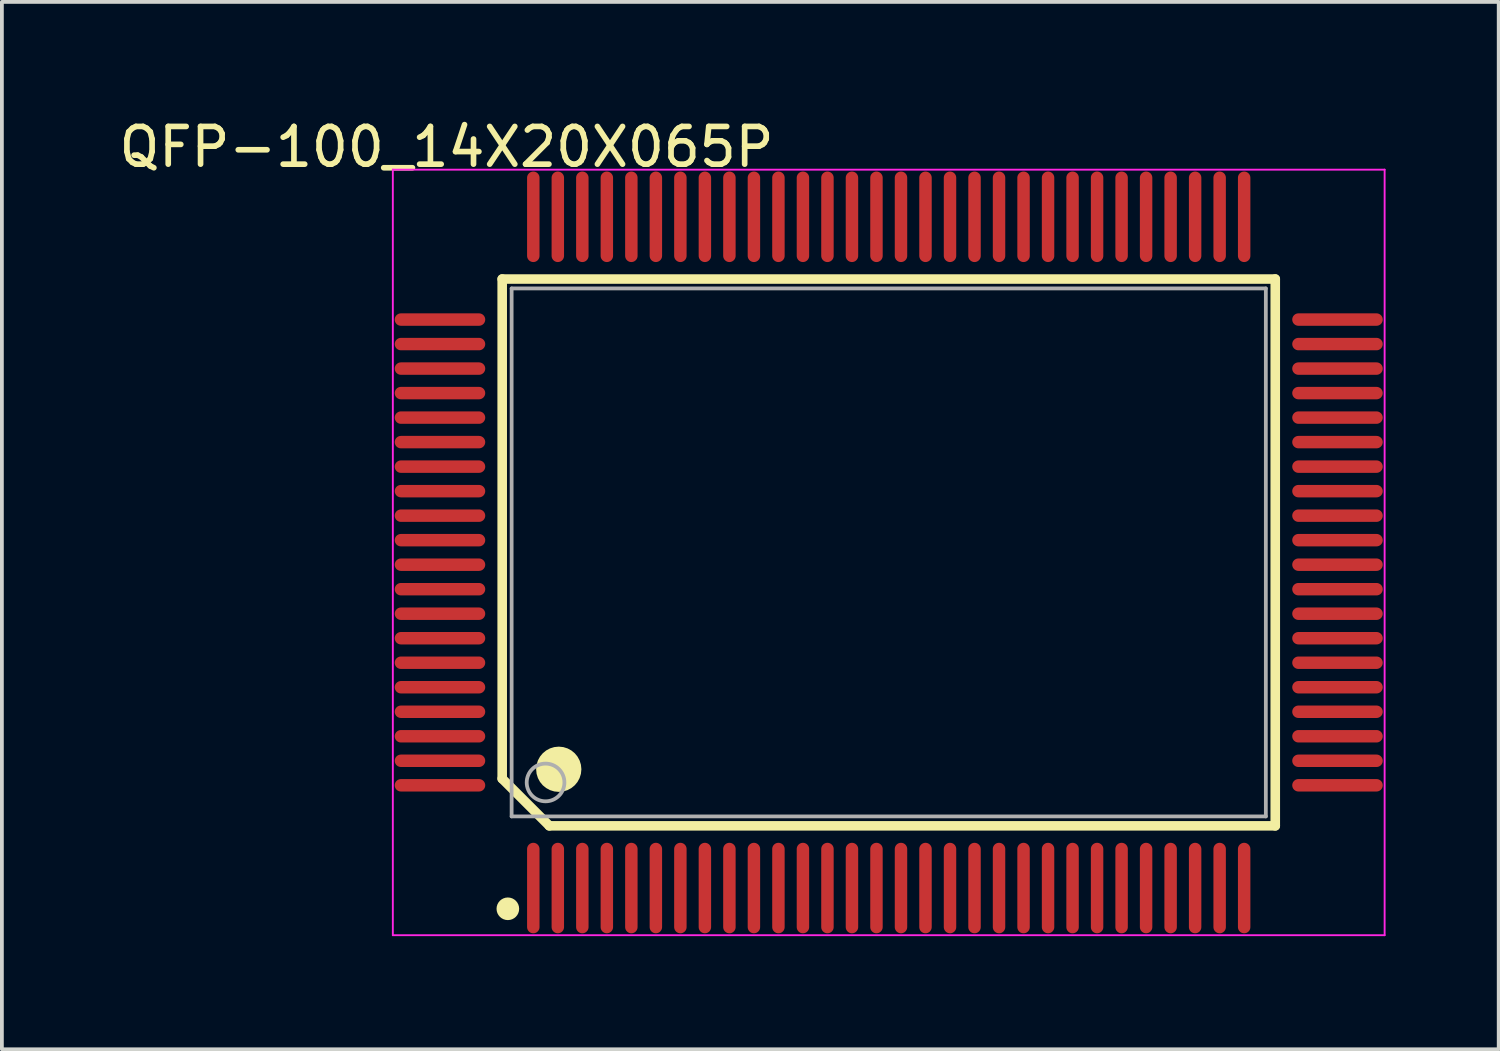
<source format=kicad_pcb>
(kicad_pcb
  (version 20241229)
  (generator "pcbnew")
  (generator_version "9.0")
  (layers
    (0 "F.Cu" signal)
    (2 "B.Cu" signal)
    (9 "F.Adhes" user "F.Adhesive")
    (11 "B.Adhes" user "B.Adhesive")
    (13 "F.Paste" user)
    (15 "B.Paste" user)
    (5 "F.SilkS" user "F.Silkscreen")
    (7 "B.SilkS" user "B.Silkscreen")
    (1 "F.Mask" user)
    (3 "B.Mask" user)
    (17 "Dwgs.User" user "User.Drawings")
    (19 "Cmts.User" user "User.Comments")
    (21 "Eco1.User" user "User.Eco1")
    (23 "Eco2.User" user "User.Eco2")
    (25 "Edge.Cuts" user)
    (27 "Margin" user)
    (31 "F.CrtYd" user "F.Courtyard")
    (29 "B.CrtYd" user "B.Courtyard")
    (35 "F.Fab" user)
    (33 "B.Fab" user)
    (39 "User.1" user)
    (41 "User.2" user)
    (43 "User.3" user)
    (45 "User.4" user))
  (footprint "QFP-100_14X20X065P"
    (layer "F.Cu")
    (at 20.517 11.599)
    (property "Reference" "QFP-100_14X20X065P" (at -11.725 -10.751 0) (layer "F.SilkS") (effects (font (size 1 1) (thickness 0.15))))
    (attr through_hole)
    (fp_line (start -10.25 -7.25) (end 10.25 -7.25) (stroke (width 0.254) (type solid)) (layer "F.SilkS"))
    (fp_line (start -10.25 6) (end -10.25 -7.25) (stroke (width 0.254) (type solid)) (layer "F.SilkS"))
    (fp_line (start -10.25 6) (end -9 7.25) (stroke (width 0.254) (type solid)) (layer "F.SilkS"))
    (fp_line (start -9 7.25) (end 10.25 7.25) (stroke (width 0.254) (type solid)) (layer "F.SilkS"))
    (fp_line (start 10.25 7.25) (end 10.25 -7.25) (stroke (width 0.254) (type solid)) (layer "F.SilkS"))
    (fp_circle (center -10.1 9.45) (end -9.95 9.45) (stroke (width 0.3) (type solid)) (fill no) (layer "F.SilkS"))
    (fp_circle (center -8.75 5.75) (end -8.45 5.75) (stroke (width 0.6) (type solid)) (fill no) (layer "F.SilkS"))
    (fp_line (start -13.15 -10.15) (end 13.15 -10.15) (stroke (width 0.05) (type solid)) (layer "F.CrtYd"))
    (fp_line (start -13.15 10.15) (end -13.15 -10.15) (stroke (width 0.05) (type solid)) (layer "F.CrtYd"))
    (fp_line (start 13.15 -10.15) (end 13.15 10.15) (stroke (width 0.05) (type solid)) (layer "F.CrtYd"))
    (fp_line (start 13.15 10.15) (end -13.15 10.15) (stroke (width 0.05) (type solid)) (layer "F.CrtYd"))
    (fp_line (start -10 -7) (end 10 -7) (stroke (width 0.1) (type solid)) (layer "F.Fab"))
    (fp_line (start -10 7) (end -10 -7) (stroke (width 0.1) (type solid)) (layer "F.Fab"))
    (fp_line (start -10 7) (end 10 7) (stroke (width 0.1) (type solid)) (layer "F.Fab"))
    (fp_line (start 10 7) (end 10 -7) (stroke (width 0.1) (type solid)) (layer "F.Fab"))
    (fp_circle (center -9.1 6.1) (end -8.6 6.1) (stroke (width 0.1) (type solid)) (fill no) (layer "F.Fab"))
    (pad "1" smd oval (at -9.425 8.9 180) (size 0.33 2.4) (layers "F.Cu" "F.Mask" "F.Paste"))
    (pad "2" smd oval (at -8.775 8.9 180) (size 0.33 2.4) (layers "F.Cu" "F.Mask" "F.Paste"))
    (pad "3" smd oval (at -8.125 8.9 180) (size 0.33 2.4) (layers "F.Cu" "F.Mask" "F.Paste"))
    (pad "4" smd oval (at -7.475 8.9 180) (size 0.33 2.4) (layers "F.Cu" "F.Mask" "F.Paste"))
    (pad "5" smd oval (at -6.825 8.9 180) (size 0.33 2.4) (layers "F.Cu" "F.Mask" "F.Paste"))
    (pad "6" smd oval (at -6.175 8.9 180) (size 0.33 2.4) (layers "F.Cu" "F.Mask" "F.Paste"))
    (pad "7" smd oval (at -5.525 8.9 180) (size 0.33 2.4) (layers "F.Cu" "F.Mask" "F.Paste"))
    (pad "8" smd oval (at -4.875 8.9 180) (size 0.33 2.4) (layers "F.Cu" "F.Mask" "F.Paste"))
    (pad "9" smd oval (at -4.225 8.9 180) (size 0.33 2.4) (layers "F.Cu" "F.Mask" "F.Paste"))
    (pad "10" smd oval (at -3.575 8.9 180) (size 0.33 2.4) (layers "F.Cu" "F.Mask" "F.Paste"))
    (pad "11" smd oval (at -2.925 8.9 180) (size 0.33 2.4) (layers "F.Cu" "F.Mask" "F.Paste"))
    (pad "12" smd oval (at -2.275 8.9 180) (size 0.33 2.4) (layers "F.Cu" "F.Mask" "F.Paste"))
    (pad "13" smd oval (at -1.625 8.9 180) (size 0.33 2.4) (layers "F.Cu" "F.Mask" "F.Paste"))
    (pad "14" smd oval (at -0.975 8.9 180) (size 0.33 2.4) (layers "F.Cu" "F.Mask" "F.Paste"))
    (pad "15" smd oval (at -0.325 8.9 180) (size 0.33 2.4) (layers "F.Cu" "F.Mask" "F.Paste"))
    (pad "16" smd oval (at 0.325 8.9 180) (size 0.33 2.4) (layers "F.Cu" "F.Mask" "F.Paste"))
    (pad "17" smd oval (at 0.975 8.9 180) (size 0.33 2.4) (layers "F.Cu" "F.Mask" "F.Paste"))
    (pad "18" smd oval (at 1.625 8.9 180) (size 0.33 2.4) (layers "F.Cu" "F.Mask" "F.Paste"))
    (pad "19" smd oval (at 2.275 8.9 180) (size 0.33 2.4) (layers "F.Cu" "F.Mask" "F.Paste"))
    (pad "20" smd oval (at 2.925 8.9 180) (size 0.33 2.4) (layers "F.Cu" "F.Mask" "F.Paste"))
    (pad "21" smd oval (at 3.575 8.9 180) (size 0.33 2.4) (layers "F.Cu" "F.Mask" "F.Paste"))
    (pad "22" smd oval (at 4.225 8.9 180) (size 0.33 2.4) (layers "F.Cu" "F.Mask" "F.Paste"))
    (pad "23" smd oval (at 4.875 8.9 180) (size 0.33 2.4) (layers "F.Cu" "F.Mask" "F.Paste"))
    (pad "24" smd oval (at 5.525 8.9 180) (size 0.33 2.4) (layers "F.Cu" "F.Mask" "F.Paste"))
    (pad "25" smd oval (at 6.175 8.9 180) (size 0.33 2.4) (layers "F.Cu" "F.Mask" "F.Paste"))
    (pad "26" smd oval (at 6.825 8.9 180) (size 0.33 2.4) (layers "F.Cu" "F.Mask" "F.Paste"))
    (pad "27" smd oval (at 7.475 8.9 180) (size 0.33 2.4) (layers "F.Cu" "F.Mask" "F.Paste"))
    (pad "28" smd oval (at 8.125 8.9 180) (size 0.33 2.4) (layers "F.Cu" "F.Mask" "F.Paste"))
    (pad "29" smd oval (at 8.775 8.9 180) (size 0.33 2.4) (layers "F.Cu" "F.Mask" "F.Paste"))
    (pad "30" smd oval (at 9.425 8.9 180) (size 0.33 2.4) (layers "F.Cu" "F.Mask" "F.Paste"))
    (pad "31" smd oval (at 11.9 6.175 270) (size 0.33 2.4) (layers "F.Cu" "F.Mask" "F.Paste"))
    (pad "32" smd oval (at 11.9 5.525 270) (size 0.33 2.4) (layers "F.Cu" "F.Mask" "F.Paste"))
    (pad "33" smd oval (at 11.9 4.875 270) (size 0.33 2.4) (layers "F.Cu" "F.Mask" "F.Paste"))
    (pad "34" smd oval (at 11.9 4.225 270) (size 0.33 2.4) (layers "F.Cu" "F.Mask" "F.Paste"))
    (pad "35" smd oval (at 11.9 3.575 270) (size 0.33 2.4) (layers "F.Cu" "F.Mask" "F.Paste"))
    (pad "36" smd oval (at 11.9 2.925 270) (size 0.33 2.4) (layers "F.Cu" "F.Mask" "F.Paste"))
    (pad "37" smd oval (at 11.9 2.275 270) (size 0.33 2.4) (layers "F.Cu" "F.Mask" "F.Paste"))
    (pad "38" smd oval (at 11.9 1.625 270) (size 0.33 2.4) (layers "F.Cu" "F.Mask" "F.Paste"))
    (pad "39" smd oval (at 11.9 0.975 270) (size 0.33 2.4) (layers "F.Cu" "F.Mask" "F.Paste"))
    (pad "40" smd oval (at 11.9 0.325 270) (size 0.33 2.4) (layers "F.Cu" "F.Mask" "F.Paste"))
    (pad "41" smd oval (at 11.9 -0.325 270) (size 0.33 2.4) (layers "F.Cu" "F.Mask" "F.Paste"))
    (pad "42" smd oval (at 11.9 -0.975 270) (size 0.33 2.4) (layers "F.Cu" "F.Mask" "F.Paste"))
    (pad "43" smd oval (at 11.9 -1.625 270) (size 0.33 2.4) (layers "F.Cu" "F.Mask" "F.Paste"))
    (pad "44" smd oval (at 11.9 -2.275 270) (size 0.33 2.4) (layers "F.Cu" "F.Mask" "F.Paste"))
    (pad "45" smd oval (at 11.9 -2.925 270) (size 0.33 2.4) (layers "F.Cu" "F.Mask" "F.Paste"))
    (pad "46" smd oval (at 11.9 -3.575 270) (size 0.33 2.4) (layers "F.Cu" "F.Mask" "F.Paste"))
    (pad "47" smd oval (at 11.9 -4.225 270) (size 0.33 2.4) (layers "F.Cu" "F.Mask" "F.Paste"))
    (pad "48" smd oval (at 11.9 -4.875 270) (size 0.33 2.4) (layers "F.Cu" "F.Mask" "F.Paste"))
    (pad "49" smd oval (at 11.9 -5.525 270) (size 0.33 2.4) (layers "F.Cu" "F.Mask" "F.Paste"))
    (pad "50" smd oval (at 11.9 -6.175 270) (size 0.33 2.4) (layers "F.Cu" "F.Mask" "F.Paste"))
    (pad "51" smd oval (at 9.425 -8.9) (size 0.33 2.4) (layers "F.Cu" "F.Mask" "F.Paste"))
    (pad "52" smd oval (at 8.775 -8.9) (size 0.33 2.4) (layers "F.Cu" "F.Mask" "F.Paste"))
    (pad "53" smd oval (at 8.125 -8.9) (size 0.33 2.4) (layers "F.Cu" "F.Mask" "F.Paste"))
    (pad "54" smd oval (at 7.475 -8.9) (size 0.33 2.4) (layers "F.Cu" "F.Mask" "F.Paste"))
    (pad "55" smd oval (at 6.825 -8.9) (size 0.33 2.4) (layers "F.Cu" "F.Mask" "F.Paste"))
    (pad "56" smd oval (at 6.175 -8.9) (size 0.33 2.4) (layers "F.Cu" "F.Mask" "F.Paste"))
    (pad "57" smd oval (at 5.525 -8.9) (size 0.33 2.4) (layers "F.Cu" "F.Mask" "F.Paste"))
    (pad "58" smd oval (at 4.875 -8.9) (size 0.33 2.4) (layers "F.Cu" "F.Mask" "F.Paste"))
    (pad "59" smd oval (at 4.225 -8.9) (size 0.33 2.4) (layers "F.Cu" "F.Mask" "F.Paste"))
    (pad "60" smd oval (at 3.575 -8.9) (size 0.33 2.4) (layers "F.Cu" "F.Mask" "F.Paste"))
    (pad "61" smd oval (at 2.925 -8.9) (size 0.33 2.4) (layers "F.Cu" "F.Mask" "F.Paste"))
    (pad "62" smd oval (at 2.275 -8.9) (size 0.33 2.4) (layers "F.Cu" "F.Mask" "F.Paste"))
    (pad "63" smd oval (at 1.625 -8.9) (size 0.33 2.4) (layers "F.Cu" "F.Mask" "F.Paste"))
    (pad "64" smd oval (at 0.975 -8.9) (size 0.33 2.4) (layers "F.Cu" "F.Mask" "F.Paste"))
    (pad "65" smd oval (at 0.325 -8.9) (size 0.33 2.4) (layers "F.Cu" "F.Mask" "F.Paste"))
    (pad "66" smd oval (at -0.325 -8.9) (size 0.33 2.4) (layers "F.Cu" "F.Mask" "F.Paste"))
    (pad "67" smd oval (at -0.975 -8.9) (size 0.33 2.4) (layers "F.Cu" "F.Mask" "F.Paste"))
    (pad "68" smd oval (at -1.625 -8.9) (size 0.33 2.4) (layers "F.Cu" "F.Mask" "F.Paste"))
    (pad "69" smd oval (at -2.275 -8.9) (size 0.33 2.4) (layers "F.Cu" "F.Mask" "F.Paste"))
    (pad "70" smd oval (at -2.925 -8.9) (size 0.33 2.4) (layers "F.Cu" "F.Mask" "F.Paste"))
    (pad "71" smd oval (at -3.575 -8.9) (size 0.33 2.4) (layers "F.Cu" "F.Mask" "F.Paste"))
    (pad "72" smd oval (at -4.225 -8.9) (size 0.33 2.4) (layers "F.Cu" "F.Mask" "F.Paste"))
    (pad "73" smd oval (at -4.875 -8.9) (size 0.33 2.4) (layers "F.Cu" "F.Mask" "F.Paste"))
    (pad "74" smd oval (at -5.525 -8.9) (size 0.33 2.4) (layers "F.Cu" "F.Mask" "F.Paste"))
    (pad "75" smd oval (at -6.175 -8.9) (size 0.33 2.4) (layers "F.Cu" "F.Mask" "F.Paste"))
    (pad "76" smd oval (at -6.825 -8.9) (size 0.33 2.4) (layers "F.Cu" "F.Mask" "F.Paste"))
    (pad "77" smd oval (at -7.475 -8.9) (size 0.33 2.4) (layers "F.Cu" "F.Mask" "F.Paste"))
    (pad "78" smd oval (at -8.125 -8.9) (size 0.33 2.4) (layers "F.Cu" "F.Mask" "F.Paste"))
    (pad "79" smd oval (at -8.775 -8.9) (size 0.33 2.4) (layers "F.Cu" "F.Mask" "F.Paste"))
    (pad "80" smd oval (at -9.425 -8.9) (size 0.33 2.4) (layers "F.Cu" "F.Mask" "F.Paste"))
    (pad "81" smd oval (at -11.9 -6.175 90) (size 0.33 2.4) (layers "F.Cu" "F.Mask" "F.Paste"))
    (pad "82" smd oval (at -11.9 -5.525 90) (size 0.33 2.4) (layers "F.Cu" "F.Mask" "F.Paste"))
    (pad "83" smd oval (at -11.9 -4.875 90) (size 0.33 2.4) (layers "F.Cu" "F.Mask" "F.Paste"))
    (pad "84" smd oval (at -11.9 -4.225 90) (size 0.33 2.4) (layers "F.Cu" "F.Mask" "F.Paste"))
    (pad "85" smd oval (at -11.9 -3.575 90) (size 0.33 2.4) (layers "F.Cu" "F.Mask" "F.Paste"))
    (pad "86" smd oval (at -11.9 -2.925 90) (size 0.33 2.4) (layers "F.Cu" "F.Mask" "F.Paste"))
    (pad "87" smd oval (at -11.9 -2.275 90) (size 0.33 2.4) (layers "F.Cu" "F.Mask" "F.Paste"))
    (pad "88" smd oval (at -11.9 -1.625 90) (size 0.33 2.4) (layers "F.Cu" "F.Mask" "F.Paste"))
    (pad "89" smd oval (at -11.9 -0.975 90) (size 0.33 2.4) (layers "F.Cu" "F.Mask" "F.Paste"))
    (pad "90" smd oval (at -11.9 -0.325 90) (size 0.33 2.4) (layers "F.Cu" "F.Mask" "F.Paste"))
    (pad "91" smd oval (at -11.9 0.325 90) (size 0.33 2.4) (layers "F.Cu" "F.Mask" "F.Paste"))
    (pad "92" smd oval (at -11.9 0.975 90) (size 0.33 2.4) (layers "F.Cu" "F.Mask" "F.Paste"))
    (pad "93" smd oval (at -11.9 1.625 90) (size 0.33 2.4) (layers "F.Cu" "F.Mask" "F.Paste"))
    (pad "94" smd oval (at -11.9 2.275 90) (size 0.33 2.4) (layers "F.Cu" "F.Mask" "F.Paste"))
    (pad "95" smd oval (at -11.9 2.925 90) (size 0.33 2.4) (layers "F.Cu" "F.Mask" "F.Paste"))
    (pad "96" smd oval (at -11.9 3.575 90) (size 0.33 2.4) (layers "F.Cu" "F.Mask" "F.Paste"))
    (pad "97" smd oval (at -11.9 4.225 90) (size 0.33 2.4) (layers "F.Cu" "F.Mask" "F.Paste"))
    (pad "98" smd oval (at -11.9 4.875 90) (size 0.33 2.4) (layers "F.Cu" "F.Mask" "F.Paste"))
    (pad "99" smd oval (at -11.9 5.525 90) (size 0.33 2.4) (layers "F.Cu" "F.Mask" "F.Paste"))
    (pad "100" smd oval (at -11.9 6.175 90) (size 0.33 2.4) (layers "F.Cu" "F.Mask" "F.Paste")))
  (gr_rect
    (start -3 -3)
    (end 36.692 24.774)
    (stroke (width 0.1) (type default))
    (fill no)
    (layer "Edge.Cuts")))
</source>
